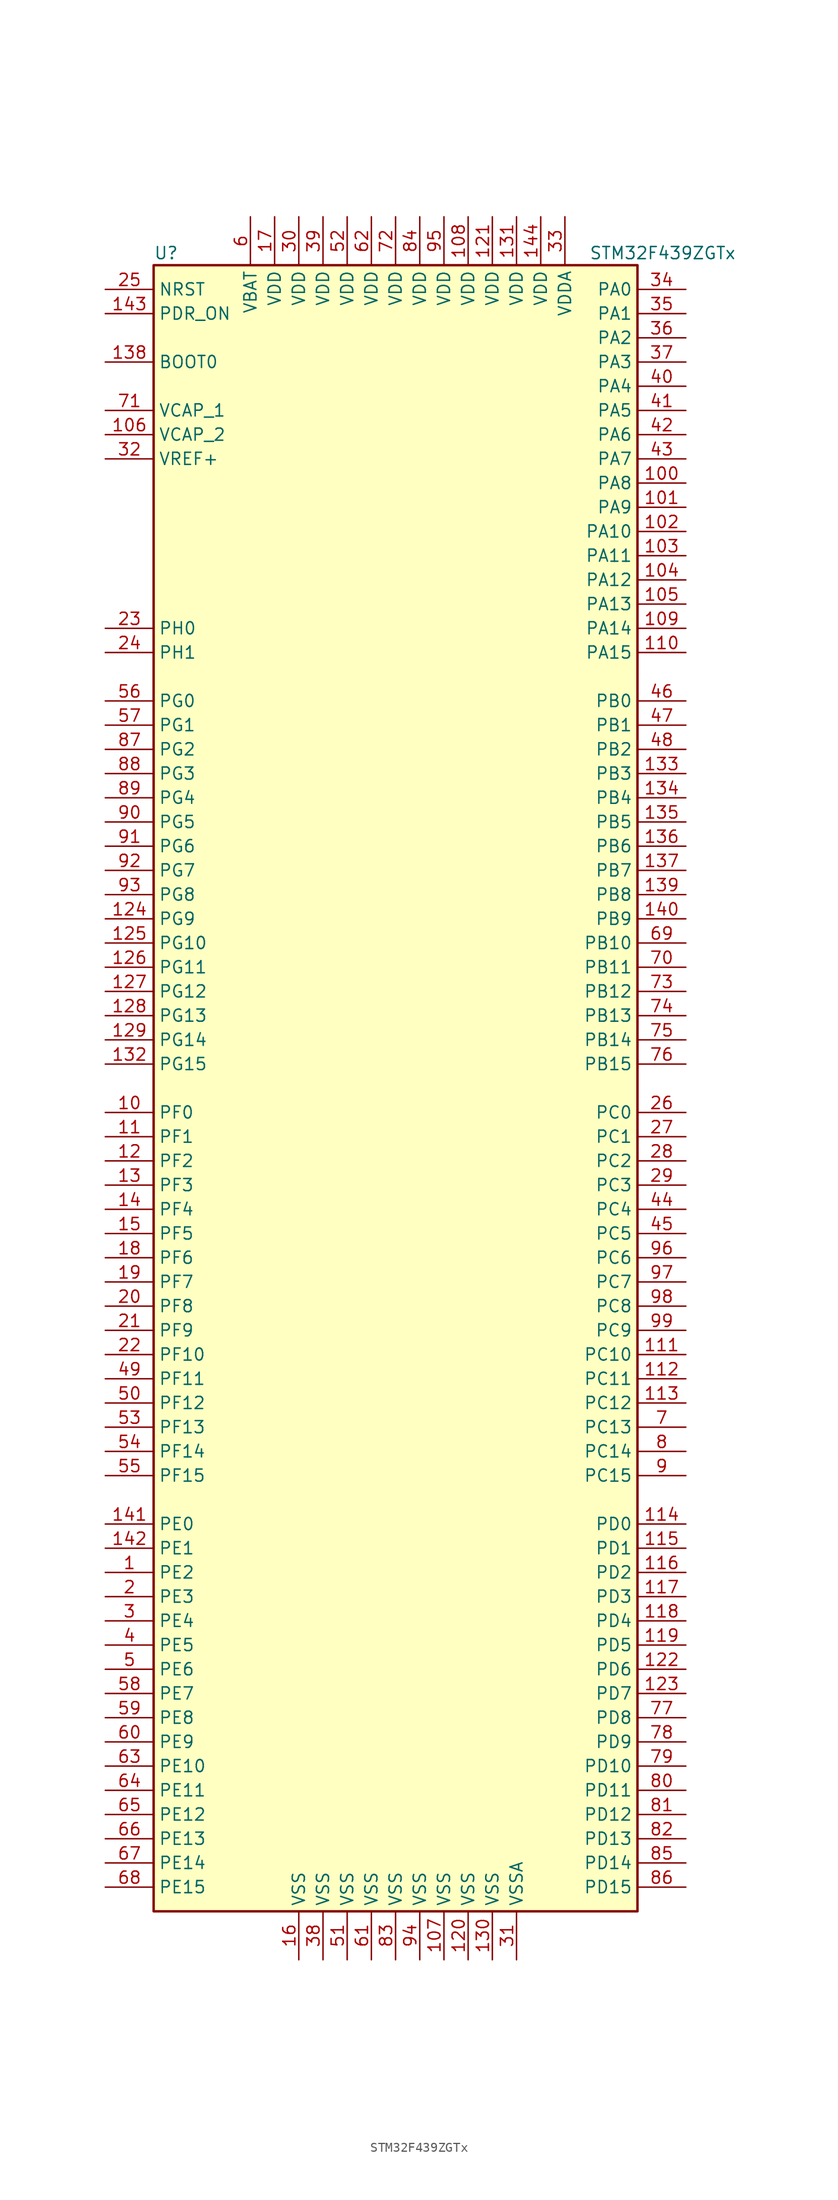
<source format=kicad_sym>
(kicad_symbol_lib
  (version 20201005)
  (generator kicad_symbol_editor)
  (symbol "STM32F439ZGTx"
    (property "Reference" "U"
      (at -25.4 87.63 0)
      (effects (font (size 1.27 1.27)) (justify left)))
    (property "Value" "STM32F439ZGTx"
      (at 20.32 87.63 0)
      (effects (font (size 1.27 1.27)) (justify left)))
    (symbol "STM32F439ZGTx_0_1"
      (rectangle (start -25.4 -86.36) (end 25.4 86.36) (stroke (width 0.254)) (fill (type background))))
    (symbol "STM32F439ZGTx_1_1"
      (pin input line (at -30.48 76.2 0) (length 5.08) (name "BOOT0" (effects (font (size 1.27 1.27)))) (number "138" (effects (font (size 1.27 1.27)))))
      (pin input line (at -30.48 83.82 0) (length 5.08) (name "NRST" (effects (font (size 1.27 1.27)))) (number "25" (effects (font (size 1.27 1.27)))))
      (pin bidirectional line (at 30.48 83.82 180) (length 5.08) (name "PA0" (effects (font (size 1.27 1.27)))) (number "34" (effects (font (size 1.27 1.27)))))
      (pin bidirectional line (at 30.48 81.28 180) (length 5.08) (name "PA1" (effects (font (size 1.27 1.27)))) (number "35" (effects (font (size 1.27 1.27)))))
      (pin bidirectional line (at 30.48 58.42 180) (length 5.08) (name "PA10" (effects (font (size 1.27 1.27)))) (number "102" (effects (font (size 1.27 1.27)))))
      (pin bidirectional line (at 30.48 55.88 180) (length 5.08) (name "PA11" (effects (font (size 1.27 1.27)))) (number "103" (effects (font (size 1.27 1.27)))))
      (pin bidirectional line (at 30.48 53.34 180) (length 5.08) (name "PA12" (effects (font (size 1.27 1.27)))) (number "104" (effects (font (size 1.27 1.27)))))
      (pin bidirectional line (at 30.48 50.8 180) (length 5.08) (name "PA13" (effects (font (size 1.27 1.27)))) (number "105" (effects (font (size 1.27 1.27)))))
      (pin bidirectional line (at 30.48 48.26 180) (length 5.08) (name "PA14" (effects (font (size 1.27 1.27)))) (number "109" (effects (font (size 1.27 1.27)))))
      (pin bidirectional line (at 30.48 45.72 180) (length 5.08) (name "PA15" (effects (font (size 1.27 1.27)))) (number "110" (effects (font (size 1.27 1.27)))))
      (pin bidirectional line (at 30.48 78.74 180) (length 5.08) (name "PA2" (effects (font (size 1.27 1.27)))) (number "36" (effects (font (size 1.27 1.27)))))
      (pin bidirectional line (at 30.48 76.2 180) (length 5.08) (name "PA3" (effects (font (size 1.27 1.27)))) (number "37" (effects (font (size 1.27 1.27)))))
      (pin bidirectional line (at 30.48 73.66 180) (length 5.08) (name "PA4" (effects (font (size 1.27 1.27)))) (number "40" (effects (font (size 1.27 1.27)))))
      (pin bidirectional line (at 30.48 71.12 180) (length 5.08) (name "PA5" (effects (font (size 1.27 1.27)))) (number "41" (effects (font (size 1.27 1.27)))))
      (pin bidirectional line (at 30.48 68.58 180) (length 5.08) (name "PA6" (effects (font (size 1.27 1.27)))) (number "42" (effects (font (size 1.27 1.27)))))
      (pin bidirectional line (at 30.48 66.04 180) (length 5.08) (name "PA7" (effects (font (size 1.27 1.27)))) (number "43" (effects (font (size 1.27 1.27)))))
      (pin bidirectional line (at 30.48 63.5 180) (length 5.08) (name "PA8" (effects (font (size 1.27 1.27)))) (number "100" (effects (font (size 1.27 1.27)))))
      (pin bidirectional line (at 30.48 60.96 180) (length 5.08) (name "PA9" (effects (font (size 1.27 1.27)))) (number "101" (effects (font (size 1.27 1.27)))))
      (pin bidirectional line (at 30.48 40.64 180) (length 5.08) (name "PB0" (effects (font (size 1.27 1.27)))) (number "46" (effects (font (size 1.27 1.27)))))
      (pin bidirectional line (at 30.48 38.1 180) (length 5.08) (name "PB1" (effects (font (size 1.27 1.27)))) (number "47" (effects (font (size 1.27 1.27)))))
      (pin bidirectional line (at 30.48 15.24 180) (length 5.08) (name "PB10" (effects (font (size 1.27 1.27)))) (number "69" (effects (font (size 1.27 1.27)))))
      (pin bidirectional line (at 30.48 12.7 180) (length 5.08) (name "PB11" (effects (font (size 1.27 1.27)))) (number "70" (effects (font (size 1.27 1.27)))))
      (pin bidirectional line (at 30.48 10.16 180) (length 5.08) (name "PB12" (effects (font (size 1.27 1.27)))) (number "73" (effects (font (size 1.27 1.27)))))
      (pin bidirectional line (at 30.48 7.62 180) (length 5.08) (name "PB13" (effects (font (size 1.27 1.27)))) (number "74" (effects (font (size 1.27 1.27)))))
      (pin bidirectional line (at 30.48 5.08 180) (length 5.08) (name "PB14" (effects (font (size 1.27 1.27)))) (number "75" (effects (font (size 1.27 1.27)))))
      (pin bidirectional line (at 30.48 2.54 180) (length 5.08) (name "PB15" (effects (font (size 1.27 1.27)))) (number "76" (effects (font (size 1.27 1.27)))))
      (pin bidirectional line (at 30.48 35.56 180) (length 5.08) (name "PB2" (effects (font (size 1.27 1.27)))) (number "48" (effects (font (size 1.27 1.27)))))
      (pin bidirectional line (at 30.48 33.02 180) (length 5.08) (name "PB3" (effects (font (size 1.27 1.27)))) (number "133" (effects (font (size 1.27 1.27)))))
      (pin bidirectional line (at 30.48 30.48 180) (length 5.08) (name "PB4" (effects (font (size 1.27 1.27)))) (number "134" (effects (font (size 1.27 1.27)))))
      (pin bidirectional line (at 30.48 27.94 180) (length 5.08) (name "PB5" (effects (font (size 1.27 1.27)))) (number "135" (effects (font (size 1.27 1.27)))))
      (pin bidirectional line (at 30.48 25.4 180) (length 5.08) (name "PB6" (effects (font (size 1.27 1.27)))) (number "136" (effects (font (size 1.27 1.27)))))
      (pin bidirectional line (at 30.48 22.86 180) (length 5.08) (name "PB7" (effects (font (size 1.27 1.27)))) (number "137" (effects (font (size 1.27 1.27)))))
      (pin bidirectional line (at 30.48 20.32 180) (length 5.08) (name "PB8" (effects (font (size 1.27 1.27)))) (number "139" (effects (font (size 1.27 1.27)))))
      (pin bidirectional line (at 30.48 17.78 180) (length 5.08) (name "PB9" (effects (font (size 1.27 1.27)))) (number "140" (effects (font (size 1.27 1.27)))))
      (pin bidirectional line (at 30.48 -2.54 180) (length 5.08) (name "PC0" (effects (font (size 1.27 1.27)))) (number "26" (effects (font (size 1.27 1.27)))))
      (pin bidirectional line (at 30.48 -5.08 180) (length 5.08) (name "PC1" (effects (font (size 1.27 1.27)))) (number "27" (effects (font (size 1.27 1.27)))))
      (pin bidirectional line (at 30.48 -27.94 180) (length 5.08) (name "PC10" (effects (font (size 1.27 1.27)))) (number "111" (effects (font (size 1.27 1.27)))))
      (pin bidirectional line (at 30.48 -30.48 180) (length 5.08) (name "PC11" (effects (font (size 1.27 1.27)))) (number "112" (effects (font (size 1.27 1.27)))))
      (pin bidirectional line (at 30.48 -33.02 180) (length 5.08) (name "PC12" (effects (font (size 1.27 1.27)))) (number "113" (effects (font (size 1.27 1.27)))))
      (pin bidirectional line (at 30.48 -35.56 180) (length 5.08) (name "PC13" (effects (font (size 1.27 1.27)))) (number "7" (effects (font (size 1.27 1.27)))))
      (pin bidirectional line (at 30.48 -38.1 180) (length 5.08) (name "PC14" (effects (font (size 1.27 1.27)))) (number "8" (effects (font (size 1.27 1.27)))))
      (pin bidirectional line (at 30.48 -40.64 180) (length 5.08) (name "PC15" (effects (font (size 1.27 1.27)))) (number "9" (effects (font (size 1.27 1.27)))))
      (pin bidirectional line (at 30.48 -7.62 180) (length 5.08) (name "PC2" (effects (font (size 1.27 1.27)))) (number "28" (effects (font (size 1.27 1.27)))))
      (pin bidirectional line (at 30.48 -10.16 180) (length 5.08) (name "PC3" (effects (font (size 1.27 1.27)))) (number "29" (effects (font (size 1.27 1.27)))))
      (pin bidirectional line (at 30.48 -12.7 180) (length 5.08) (name "PC4" (effects (font (size 1.27 1.27)))) (number "44" (effects (font (size 1.27 1.27)))))
      (pin bidirectional line (at 30.48 -15.24 180) (length 5.08) (name "PC5" (effects (font (size 1.27 1.27)))) (number "45" (effects (font (size 1.27 1.27)))))
      (pin bidirectional line (at 30.48 -17.78 180) (length 5.08) (name "PC6" (effects (font (size 1.27 1.27)))) (number "96" (effects (font (size 1.27 1.27)))))
      (pin bidirectional line (at 30.48 -20.32 180) (length 5.08) (name "PC7" (effects (font (size 1.27 1.27)))) (number "97" (effects (font (size 1.27 1.27)))))
      (pin bidirectional line (at 30.48 -22.86 180) (length 5.08) (name "PC8" (effects (font (size 1.27 1.27)))) (number "98" (effects (font (size 1.27 1.27)))))
      (pin bidirectional line (at 30.48 -25.4 180) (length 5.08) (name "PC9" (effects (font (size 1.27 1.27)))) (number "99" (effects (font (size 1.27 1.27)))))
      (pin bidirectional line (at 30.48 -45.72 180) (length 5.08) (name "PD0" (effects (font (size 1.27 1.27)))) (number "114" (effects (font (size 1.27 1.27)))))
      (pin bidirectional line (at 30.48 -48.26 180) (length 5.08) (name "PD1" (effects (font (size 1.27 1.27)))) (number "115" (effects (font (size 1.27 1.27)))))
      (pin bidirectional line (at 30.48 -71.12 180) (length 5.08) (name "PD10" (effects (font (size 1.27 1.27)))) (number "79" (effects (font (size 1.27 1.27)))))
      (pin bidirectional line (at 30.48 -73.66 180) (length 5.08) (name "PD11" (effects (font (size 1.27 1.27)))) (number "80" (effects (font (size 1.27 1.27)))))
      (pin bidirectional line (at 30.48 -76.2 180) (length 5.08) (name "PD12" (effects (font (size 1.27 1.27)))) (number "81" (effects (font (size 1.27 1.27)))))
      (pin bidirectional line (at 30.48 -78.74 180) (length 5.08) (name "PD13" (effects (font (size 1.27 1.27)))) (number "82" (effects (font (size 1.27 1.27)))))
      (pin bidirectional line (at 30.48 -81.28 180) (length 5.08) (name "PD14" (effects (font (size 1.27 1.27)))) (number "85" (effects (font (size 1.27 1.27)))))
      (pin bidirectional line (at 30.48 -83.82 180) (length 5.08) (name "PD15" (effects (font (size 1.27 1.27)))) (number "86" (effects (font (size 1.27 1.27)))))
      (pin bidirectional line (at 30.48 -50.8 180) (length 5.08) (name "PD2" (effects (font (size 1.27 1.27)))) (number "116" (effects (font (size 1.27 1.27)))))
      (pin bidirectional line (at 30.48 -53.34 180) (length 5.08) (name "PD3" (effects (font (size 1.27 1.27)))) (number "117" (effects (font (size 1.27 1.27)))))
      (pin bidirectional line (at 30.48 -55.88 180) (length 5.08) (name "PD4" (effects (font (size 1.27 1.27)))) (number "118" (effects (font (size 1.27 1.27)))))
      (pin bidirectional line (at 30.48 -58.42 180) (length 5.08) (name "PD5" (effects (font (size 1.27 1.27)))) (number "119" (effects (font (size 1.27 1.27)))))
      (pin bidirectional line (at 30.48 -60.96 180) (length 5.08) (name "PD6" (effects (font (size 1.27 1.27)))) (number "122" (effects (font (size 1.27 1.27)))))
      (pin bidirectional line (at 30.48 -63.5 180) (length 5.08) (name "PD7" (effects (font (size 1.27 1.27)))) (number "123" (effects (font (size 1.27 1.27)))))
      (pin bidirectional line (at 30.48 -66.04 180) (length 5.08) (name "PD8" (effects (font (size 1.27 1.27)))) (number "77" (effects (font (size 1.27 1.27)))))
      (pin bidirectional line (at 30.48 -68.58 180) (length 5.08) (name "PD9" (effects (font (size 1.27 1.27)))) (number "78" (effects (font (size 1.27 1.27)))))
      (pin input line (at -30.48 81.28 0) (length 5.08) (name "PDR_ON" (effects (font (size 1.27 1.27)))) (number "143" (effects (font (size 1.27 1.27)))))
      (pin bidirectional line (at -30.48 -45.72 0) (length 5.08) (name "PE0" (effects (font (size 1.27 1.27)))) (number "141" (effects (font (size 1.27 1.27)))))
      (pin bidirectional line (at -30.48 -48.26 0) (length 5.08) (name "PE1" (effects (font (size 1.27 1.27)))) (number "142" (effects (font (size 1.27 1.27)))))
      (pin bidirectional line (at -30.48 -71.12 0) (length 5.08) (name "PE10" (effects (font (size 1.27 1.27)))) (number "63" (effects (font (size 1.27 1.27)))))
      (pin bidirectional line (at -30.48 -73.66 0) (length 5.08) (name "PE11" (effects (font (size 1.27 1.27)))) (number "64" (effects (font (size 1.27 1.27)))))
      (pin bidirectional line (at -30.48 -76.2 0) (length 5.08) (name "PE12" (effects (font (size 1.27 1.27)))) (number "65" (effects (font (size 1.27 1.27)))))
      (pin bidirectional line (at -30.48 -78.74 0) (length 5.08) (name "PE13" (effects (font (size 1.27 1.27)))) (number "66" (effects (font (size 1.27 1.27)))))
      (pin bidirectional line (at -30.48 -81.28 0) (length 5.08) (name "PE14" (effects (font (size 1.27 1.27)))) (number "67" (effects (font (size 1.27 1.27)))))
      (pin bidirectional line (at -30.48 -83.82 0) (length 5.08) (name "PE15" (effects (font (size 1.27 1.27)))) (number "68" (effects (font (size 1.27 1.27)))))
      (pin bidirectional line (at -30.48 -50.8 0) (length 5.08) (name "PE2" (effects (font (size 1.27 1.27)))) (number "1" (effects (font (size 1.27 1.27)))))
      (pin bidirectional line (at -30.48 -53.34 0) (length 5.08) (name "PE3" (effects (font (size 1.27 1.27)))) (number "2" (effects (font (size 1.27 1.27)))))
      (pin bidirectional line (at -30.48 -55.88 0) (length 5.08) (name "PE4" (effects (font (size 1.27 1.27)))) (number "3" (effects (font (size 1.27 1.27)))))
      (pin bidirectional line (at -30.48 -58.42 0) (length 5.08) (name "PE5" (effects (font (size 1.27 1.27)))) (number "4" (effects (font (size 1.27 1.27)))))
      (pin bidirectional line (at -30.48 -60.96 0) (length 5.08) (name "PE6" (effects (font (size 1.27 1.27)))) (number "5" (effects (font (size 1.27 1.27)))))
      (pin bidirectional line (at -30.48 -63.5 0) (length 5.08) (name "PE7" (effects (font (size 1.27 1.27)))) (number "58" (effects (font (size 1.27 1.27)))))
      (pin bidirectional line (at -30.48 -66.04 0) (length 5.08) (name "PE8" (effects (font (size 1.27 1.27)))) (number "59" (effects (font (size 1.27 1.27)))))
      (pin bidirectional line (at -30.48 -68.58 0) (length 5.08) (name "PE9" (effects (font (size 1.27 1.27)))) (number "60" (effects (font (size 1.27 1.27)))))
      (pin bidirectional line (at -30.48 -2.54 0) (length 5.08) (name "PF0" (effects (font (size 1.27 1.27)))) (number "10" (effects (font (size 1.27 1.27)))))
      (pin bidirectional line (at -30.48 -5.08 0) (length 5.08) (name "PF1" (effects (font (size 1.27 1.27)))) (number "11" (effects (font (size 1.27 1.27)))))
      (pin bidirectional line (at -30.48 -27.94 0) (length 5.08) (name "PF10" (effects (font (size 1.27 1.27)))) (number "22" (effects (font (size 1.27 1.27)))))
      (pin bidirectional line (at -30.48 -30.48 0) (length 5.08) (name "PF11" (effects (font (size 1.27 1.27)))) (number "49" (effects (font (size 1.27 1.27)))))
      (pin bidirectional line (at -30.48 -33.02 0) (length 5.08) (name "PF12" (effects (font (size 1.27 1.27)))) (number "50" (effects (font (size 1.27 1.27)))))
      (pin bidirectional line (at -30.48 -35.56 0) (length 5.08) (name "PF13" (effects (font (size 1.27 1.27)))) (number "53" (effects (font (size 1.27 1.27)))))
      (pin bidirectional line (at -30.48 -38.1 0) (length 5.08) (name "PF14" (effects (font (size 1.27 1.27)))) (number "54" (effects (font (size 1.27 1.27)))))
      (pin bidirectional line (at -30.48 -40.64 0) (length 5.08) (name "PF15" (effects (font (size 1.27 1.27)))) (number "55" (effects (font (size 1.27 1.27)))))
      (pin bidirectional line (at -30.48 -7.62 0) (length 5.08) (name "PF2" (effects (font (size 1.27 1.27)))) (number "12" (effects (font (size 1.27 1.27)))))
      (pin bidirectional line (at -30.48 -10.16 0) (length 5.08) (name "PF3" (effects (font (size 1.27 1.27)))) (number "13" (effects (font (size 1.27 1.27)))))
      (pin bidirectional line (at -30.48 -12.7 0) (length 5.08) (name "PF4" (effects (font (size 1.27 1.27)))) (number "14" (effects (font (size 1.27 1.27)))))
      (pin bidirectional line (at -30.48 -15.24 0) (length 5.08) (name "PF5" (effects (font (size 1.27 1.27)))) (number "15" (effects (font (size 1.27 1.27)))))
      (pin bidirectional line (at -30.48 -17.78 0) (length 5.08) (name "PF6" (effects (font (size 1.27 1.27)))) (number "18" (effects (font (size 1.27 1.27)))))
      (pin bidirectional line (at -30.48 -20.32 0) (length 5.08) (name "PF7" (effects (font (size 1.27 1.27)))) (number "19" (effects (font (size 1.27 1.27)))))
      (pin bidirectional line (at -30.48 -22.86 0) (length 5.08) (name "PF8" (effects (font (size 1.27 1.27)))) (number "20" (effects (font (size 1.27 1.27)))))
      (pin bidirectional line (at -30.48 -25.4 0) (length 5.08) (name "PF9" (effects (font (size 1.27 1.27)))) (number "21" (effects (font (size 1.27 1.27)))))
      (pin bidirectional line (at -30.48 40.64 0) (length 5.08) (name "PG0" (effects (font (size 1.27 1.27)))) (number "56" (effects (font (size 1.27 1.27)))))
      (pin bidirectional line (at -30.48 38.1 0) (length 5.08) (name "PG1" (effects (font (size 1.27 1.27)))) (number "57" (effects (font (size 1.27 1.27)))))
      (pin bidirectional line (at -30.48 15.24 0) (length 5.08) (name "PG10" (effects (font (size 1.27 1.27)))) (number "125" (effects (font (size 1.27 1.27)))))
      (pin bidirectional line (at -30.48 12.7 0) (length 5.08) (name "PG11" (effects (font (size 1.27 1.27)))) (number "126" (effects (font (size 1.27 1.27)))))
      (pin bidirectional line (at -30.48 10.16 0) (length 5.08) (name "PG12" (effects (font (size 1.27 1.27)))) (number "127" (effects (font (size 1.27 1.27)))))
      (pin bidirectional line (at -30.48 7.62 0) (length 5.08) (name "PG13" (effects (font (size 1.27 1.27)))) (number "128" (effects (font (size 1.27 1.27)))))
      (pin bidirectional line (at -30.48 5.08 0) (length 5.08) (name "PG14" (effects (font (size 1.27 1.27)))) (number "129" (effects (font (size 1.27 1.27)))))
      (pin bidirectional line (at -30.48 2.54 0) (length 5.08) (name "PG15" (effects (font (size 1.27 1.27)))) (number "132" (effects (font (size 1.27 1.27)))))
      (pin bidirectional line (at -30.48 35.56 0) (length 5.08) (name "PG2" (effects (font (size 1.27 1.27)))) (number "87" (effects (font (size 1.27 1.27)))))
      (pin bidirectional line (at -30.48 33.02 0) (length 5.08) (name "PG3" (effects (font (size 1.27 1.27)))) (number "88" (effects (font (size 1.27 1.27)))))
      (pin bidirectional line (at -30.48 30.48 0) (length 5.08) (name "PG4" (effects (font (size 1.27 1.27)))) (number "89" (effects (font (size 1.27 1.27)))))
      (pin bidirectional line (at -30.48 27.94 0) (length 5.08) (name "PG5" (effects (font (size 1.27 1.27)))) (number "90" (effects (font (size 1.27 1.27)))))
      (pin bidirectional line (at -30.48 25.4 0) (length 5.08) (name "PG6" (effects (font (size 1.27 1.27)))) (number "91" (effects (font (size 1.27 1.27)))))
      (pin bidirectional line (at -30.48 22.86 0) (length 5.08) (name "PG7" (effects (font (size 1.27 1.27)))) (number "92" (effects (font (size 1.27 1.27)))))
      (pin bidirectional line (at -30.48 20.32 0) (length 5.08) (name "PG8" (effects (font (size 1.27 1.27)))) (number "93" (effects (font (size 1.27 1.27)))))
      (pin bidirectional line (at -30.48 17.78 0) (length 5.08) (name "PG9" (effects (font (size 1.27 1.27)))) (number "124" (effects (font (size 1.27 1.27)))))
      (pin input line (at -30.48 48.26 0) (length 5.08) (name "PH0" (effects (font (size 1.27 1.27)))) (number "23" (effects (font (size 1.27 1.27)))))
      (pin input line (at -30.48 45.72 0) (length 5.08) (name "PH1" (effects (font (size 1.27 1.27)))) (number "24" (effects (font (size 1.27 1.27)))))
      (pin power_in line (at -15.24 91.44 270) (length 5.08) (name "VBAT" (effects (font (size 1.27 1.27)))) (number "6" (effects (font (size 1.27 1.27)))))
      (pin power_in line (at -30.48 71.12 0) (length 5.08) (name "VCAP_1" (effects (font (size 1.27 1.27)))) (number "71" (effects (font (size 1.27 1.27)))))
      (pin power_in line (at -30.48 68.58 0) (length 5.08) (name "VCAP_2" (effects (font (size 1.27 1.27)))) (number "106" (effects (font (size 1.27 1.27)))))
      (pin power_in line (at 7.62 91.44 270) (length 5.08) (name "VDD" (effects (font (size 1.27 1.27)))) (number "108" (effects (font (size 1.27 1.27)))))
      (pin power_in line (at 10.16 91.44 270) (length 5.08) (name "VDD" (effects (font (size 1.27 1.27)))) (number "121" (effects (font (size 1.27 1.27)))))
      (pin power_in line (at 12.7 91.44 270) (length 5.08) (name "VDD" (effects (font (size 1.27 1.27)))) (number "131" (effects (font (size 1.27 1.27)))))
      (pin power_in line (at 15.24 91.44 270) (length 5.08) (name "VDD" (effects (font (size 1.27 1.27)))) (number "144" (effects (font (size 1.27 1.27)))))
      (pin power_in line (at -12.7 91.44 270) (length 5.08) (name "VDD" (effects (font (size 1.27 1.27)))) (number "17" (effects (font (size 1.27 1.27)))))
      (pin power_in line (at -10.16 91.44 270) (length 5.08) (name "VDD" (effects (font (size 1.27 1.27)))) (number "30" (effects (font (size 1.27 1.27)))))
      (pin power_in line (at -7.62 91.44 270) (length 5.08) (name "VDD" (effects (font (size 1.27 1.27)))) (number "39" (effects (font (size 1.27 1.27)))))
      (pin power_in line (at -5.08 91.44 270) (length 5.08) (name "VDD" (effects (font (size 1.27 1.27)))) (number "52" (effects (font (size 1.27 1.27)))))
      (pin power_in line (at -2.54 91.44 270) (length 5.08) (name "VDD" (effects (font (size 1.27 1.27)))) (number "62" (effects (font (size 1.27 1.27)))))
      (pin power_in line (at 0 91.44 270) (length 5.08) (name "VDD" (effects (font (size 1.27 1.27)))) (number "72" (effects (font (size 1.27 1.27)))))
      (pin power_in line (at 2.54 91.44 270) (length 5.08) (name "VDD" (effects (font (size 1.27 1.27)))) (number "84" (effects (font (size 1.27 1.27)))))
      (pin power_in line (at 5.08 91.44 270) (length 5.08) (name "VDD" (effects (font (size 1.27 1.27)))) (number "95" (effects (font (size 1.27 1.27)))))
      (pin power_in line (at 17.78 91.44 270) (length 5.08) (name "VDDA" (effects (font (size 1.27 1.27)))) (number "33" (effects (font (size 1.27 1.27)))))
      (pin power_in line (at -30.48 66.04 0) (length 5.08) (name "VREF+" (effects (font (size 1.27 1.27)))) (number "32" (effects (font (size 1.27 1.27)))))
      (pin power_in line (at 5.08 -91.44 90) (length 5.08) (name "VSS" (effects (font (size 1.27 1.27)))) (number "107" (effects (font (size 1.27 1.27)))))
      (pin power_in line (at 7.62 -91.44 90) (length 5.08) (name "VSS" (effects (font (size 1.27 1.27)))) (number "120" (effects (font (size 1.27 1.27)))))
      (pin power_in line (at 10.16 -91.44 90) (length 5.08) (name "VSS" (effects (font (size 1.27 1.27)))) (number "130" (effects (font (size 1.27 1.27)))))
      (pin power_in line (at -10.16 -91.44 90) (length 5.08) (name "VSS" (effects (font (size 1.27 1.27)))) (number "16" (effects (font (size 1.27 1.27)))))
      (pin power_in line (at -7.62 -91.44 90) (length 5.08) (name "VSS" (effects (font (size 1.27 1.27)))) (number "38" (effects (font (size 1.27 1.27)))))
      (pin power_in line (at -5.08 -91.44 90) (length 5.08) (name "VSS" (effects (font (size 1.27 1.27)))) (number "51" (effects (font (size 1.27 1.27)))))
      (pin power_in line (at -2.54 -91.44 90) (length 5.08) (name "VSS" (effects (font (size 1.27 1.27)))) (number "61" (effects (font (size 1.27 1.27)))))
      (pin power_in line (at 0 -91.44 90) (length 5.08) (name "VSS" (effects (font (size 1.27 1.27)))) (number "83" (effects (font (size 1.27 1.27)))))
      (pin power_in line (at 2.54 -91.44 90) (length 5.08) (name "VSS" (effects (font (size 1.27 1.27)))) (number "94" (effects (font (size 1.27 1.27)))))
      (pin power_in line (at 12.7 -91.44 90) (length 5.08) (name "VSSA" (effects (font (size 1.27 1.27)))) (number "31" (effects (font (size 1.27 1.27))))))))
</source>
